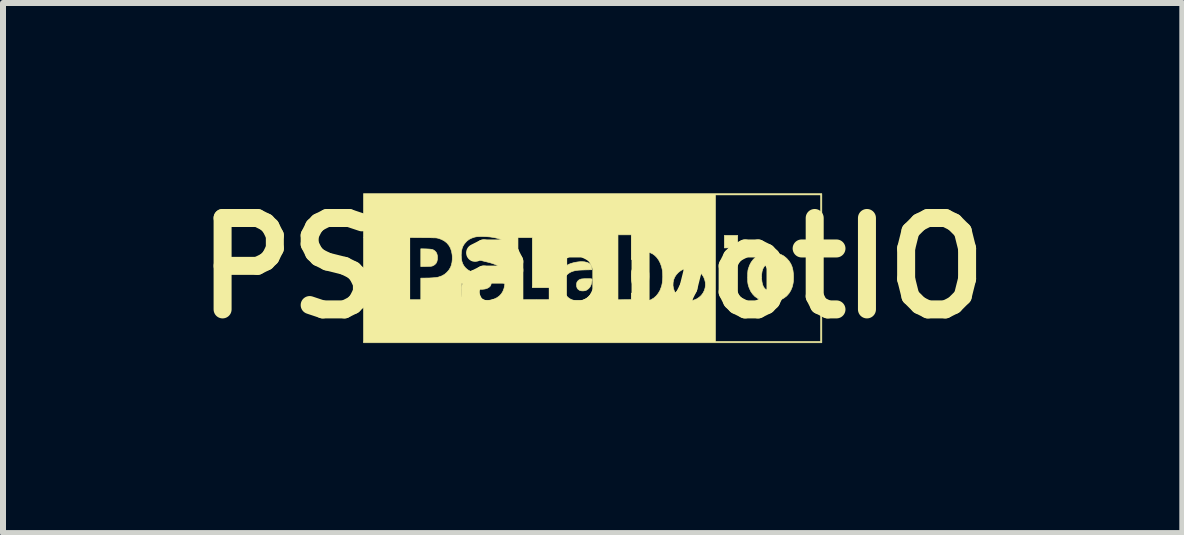
<source format=kicad_pcb>
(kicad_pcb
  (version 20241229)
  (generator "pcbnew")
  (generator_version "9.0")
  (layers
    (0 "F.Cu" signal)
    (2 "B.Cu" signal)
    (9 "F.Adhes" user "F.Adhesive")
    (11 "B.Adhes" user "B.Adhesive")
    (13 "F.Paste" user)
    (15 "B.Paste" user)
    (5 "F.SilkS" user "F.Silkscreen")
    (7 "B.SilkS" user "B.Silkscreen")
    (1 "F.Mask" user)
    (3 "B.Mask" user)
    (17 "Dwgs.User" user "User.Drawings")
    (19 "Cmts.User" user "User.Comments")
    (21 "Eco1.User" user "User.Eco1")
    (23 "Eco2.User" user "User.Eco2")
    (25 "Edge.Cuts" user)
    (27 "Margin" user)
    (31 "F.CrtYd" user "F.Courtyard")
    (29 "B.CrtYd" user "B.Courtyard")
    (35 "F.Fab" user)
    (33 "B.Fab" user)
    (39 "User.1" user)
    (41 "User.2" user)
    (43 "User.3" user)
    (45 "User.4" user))
  (footprint "PSLabDotIO"
    (layer "F.Cu")
    (at 6.829 1.418)
    (property "Reference" "PSLabDotIO" (at 0 0 0) (layer "F.SilkS") (effects (font (size 1.524 1.524) (thickness 0.3))))
    (attr through_hole)
    (fp_poly (pts (xy 2.416 -0.338) (xy 2.195 -0.335) (xy 2.195 -0.544) (xy 2.418 -0.544) (xy 2.416 -0.338)) (stroke (width 0.01) (type solid)) (fill yes) (layer "F.SilkS"))
    (fp_poly (pts (xy 2.417 0.151) (xy 2.416 0.541) (xy 2.195 0.544) (xy 2.195 -0.239) (xy 2.418 -0.239) (xy 2.417 0.151)) (stroke (width 0.01) (type solid)) (fill yes) (layer "F.SilkS"))
    (fp_poly (pts (xy -2.777 -0.319) (xy -2.739 -0.317) (xy -2.71 -0.315) (xy -2.687 -0.312) (xy -2.669 -0.308) (xy -2.655 -0.302) (xy -2.642 -0.294) (xy -2.631 -0.286) (xy -2.61 -0.264) (xy -2.597 -0.239) (xy -2.589 -0.208) (xy -2.587 -0.187) (xy -2.588 -0.144) (xy -2.596 -0.108) (xy -2.611 -0.078) (xy -2.634 -0.055) (xy -2.656 -0.042) (xy -2.666 -0.037) (xy -2.676 -0.033) (xy -2.687 -0.031) (xy -2.7 -0.029) (xy -2.718 -0.028) (xy -2.743 -0.027) (xy -2.775 -0.026) (xy -2.865 -0.024) (xy -2.865 -0.321) (xy -2.777 -0.319)) (stroke (width 0.01) (type solid)) (fill yes) (layer "F.SilkS"))
    (fp_poly (pts (xy -0.038 0.178) (xy -0.023 0.179) (xy -0.014 0.183) (xy -0.011 0.19) (xy -0.01 0.202) (xy -0.013 0.218) (xy -0.015 0.236) (xy -0.026 0.278) (xy -0.043 0.314) (xy -0.068 0.344) (xy -0.099 0.366) (xy -0.109 0.371) (xy -0.131 0.378) (xy -0.158 0.381) (xy -0.186 0.38) (xy -0.21 0.375) (xy -0.219 0.371) (xy -0.243 0.354) (xy -0.259 0.333) (xy -0.267 0.307) (xy -0.269 0.273) (xy -0.268 0.266) (xy -0.263 0.239) (xy -0.25 0.218) (xy -0.23 0.2) (xy -0.229 0.199) (xy -0.216 0.192) (xy -0.202 0.186) (xy -0.186 0.182) (xy -0.165 0.18) (xy -0.138 0.178) (xy -0.103 0.178) (xy -0.093 0.178) (xy -0.061 0.178) (xy -0.038 0.178)) (stroke (width 0.01) (type solid)) (fill yes) (layer "F.SilkS"))
    (fp_poly (pts (xy 0.817 -0.088) (xy 0.835 -0.084) (xy 0.85 -0.078) (xy 0.851 -0.078) (xy 0.88 -0.058) (xy 0.903 -0.031) (xy 0.92 0.003) (xy 0.932 0.044) (xy 0.938 0.093) (xy 0.939 0.15) (xy 0.938 0.159) (xy 0.935 0.204) (xy 0.93 0.241) (xy 0.921 0.272) (xy 0.908 0.298) (xy 0.895 0.317) (xy 0.875 0.339) (xy 0.853 0.354) (xy 0.826 0.362) (xy 0.798 0.365) (xy 0.776 0.365) (xy 0.761 0.364) (xy 0.747 0.359) (xy 0.732 0.352) (xy 0.704 0.333) (xy 0.682 0.307) (xy 0.664 0.273) (xy 0.66 0.263) (xy 0.654 0.239) (xy 0.65 0.208) (xy 0.647 0.173) (xy 0.645 0.136) (xy 0.646 0.099) (xy 0.648 0.067) (xy 0.652 0.044) (xy 0.666 0.001) (xy 0.685 -0.034) (xy 0.709 -0.061) (xy 0.734 -0.078) (xy 0.749 -0.084) (xy 0.767 -0.088) (xy 0.791 -0.089) (xy 0.792 -0.089) (xy 0.817 -0.088)) (stroke (width 0.01) (type solid)) (fill yes) (layer "F.SilkS"))
    (fp_poly (pts (xy 3.001 -0.256) (xy 3.028 -0.254) (xy 3.049 -0.252) (xy 3.068 -0.249) (xy 3.084 -0.245) (xy 3.133 -0.228) (xy 3.176 -0.207) (xy 3.215 -0.178) (xy 3.239 -0.156) (xy 3.275 -0.114) (xy 3.303 -0.07) (xy 3.324 -0.021) (xy 3.338 0.034) (xy 3.346 0.095) (xy 3.348 0.147) (xy 3.347 0.191) (xy 3.345 0.227) (xy 3.34 0.259) (xy 3.333 0.29) (xy 3.325 0.319) (xy 3.302 0.374) (xy 3.272 0.422) (xy 3.234 0.465) (xy 3.188 0.5) (xy 3.136 0.529) (xy 3.096 0.544) (xy 3.081 0.548) (xy 3.065 0.552) (xy 3.046 0.554) (xy 3.023 0.555) (xy 2.993 0.556) (xy 2.977 0.557) (xy 2.932 0.557) (xy 2.898 0.556) (xy 2.872 0.553) (xy 2.865 0.552) (xy 2.805 0.533) (xy 2.752 0.507) (xy 2.705 0.474) (xy 2.666 0.433) (xy 2.633 0.385) (xy 2.608 0.329) (xy 2.595 0.289) (xy 2.591 0.273) (xy 2.588 0.257) (xy 2.586 0.241) (xy 2.584 0.222) (xy 2.584 0.197) (xy 2.583 0.166) (xy 2.583 0.159) (xy 2.815 0.159) (xy 2.816 0.175) (xy 2.822 0.229) (xy 2.832 0.275) (xy 2.847 0.312) (xy 2.868 0.341) (xy 2.894 0.362) (xy 2.925 0.376) (xy 2.929 0.377) (xy 2.951 0.379) (xy 2.977 0.379) (xy 3.003 0.374) (xy 3.024 0.367) (xy 3.026 0.367) (xy 3.055 0.346) (xy 3.078 0.318) (xy 3.095 0.281) (xy 3.107 0.235) (xy 3.113 0.182) (xy 3.114 0.148) (xy 3.111 0.095) (xy 3.103 0.048) (xy 3.089 0.007) (xy 3.071 -0.026) (xy 3.047 -0.051) (xy 3.026 -0.064) (xy 2.998 -0.073) (xy 2.967 -0.076) (xy 2.936 -0.075) (xy 2.91 -0.067) (xy 2.908 -0.067) (xy 2.88 -0.048) (xy 2.856 -0.021) (xy 2.837 0.014) (xy 2.824 0.056) (xy 2.817 0.105) (xy 2.815 0.159) (xy 2.583 0.159) (xy 2.583 0.15) (xy 2.584 0.114) (xy 2.584 0.086) (xy 2.586 0.065) (xy 2.587 0.047) (xy 2.59 0.031) (xy 2.594 0.015) (xy 2.595 0.013) (xy 2.615 -0.045) (xy 2.642 -0.097) (xy 2.676 -0.142) (xy 2.716 -0.181) (xy 2.761 -0.21) (xy 2.774 -0.217) (xy 2.806 -0.232) (xy 2.835 -0.242) (xy 2.863 -0.249) (xy 2.894 -0.254) (xy 2.929 -0.256) (xy 2.967 -0.256) (xy 3.001 -0.256)) (stroke (width 0.01) (type solid)) (fill yes) (layer "F.SilkS"))
    (fp_poly (pts (xy 3.82 1.245) (xy -3.82 1.245) (xy -3.82 0.528) (xy -3.104 0.528) (xy -2.865 0.528) (xy -2.865 0.168) (xy -2.785 0.167) (xy -2.723 0.166) (xy -2.668 0.163) (xy -2.62 0.159) (xy -2.582 0.153) (xy -2.57 0.15) (xy -2.517 0.132) (xy -2.47 0.106) (xy -2.43 0.072) (xy -2.396 0.033) (xy -2.369 -0.012) (xy -2.355 -0.051) (xy -2.345 -0.094) (xy -2.34 -0.142) (xy -2.34 -0.191) (xy -2.341 -0.216) (xy -2.191 -0.216) (xy -2.188 -0.16) (xy -2.18 -0.112) (xy -2.165 -0.069) (xy -2.143 -0.032) (xy -2.123 -0.007) (xy -2.103 0.012) (xy -2.082 0.029) (xy -2.057 0.044) (xy -2.029 0.058) (xy -1.995 0.071) (xy -1.955 0.084) (xy -1.906 0.098) (xy -1.873 0.107) (xy -1.828 0.119) (xy -1.792 0.13) (xy -1.764 0.14) (xy -1.742 0.149) (xy -1.726 0.159) (xy -1.714 0.169) (xy -1.709 0.175) (xy -1.698 0.197) (xy -1.692 0.224) (xy -1.691 0.253) (xy -1.696 0.279) (xy -1.706 0.3) (xy -1.728 0.321) (xy -1.758 0.338) (xy -1.794 0.349) (xy -1.836 0.354) (xy -1.875 0.354) (xy -1.93 0.348) (xy -1.982 0.336) (xy -2.036 0.319) (xy -2.092 0.296) (xy -2.122 0.282) (xy -2.185 0.251) (xy -2.182 0.475) (xy -2.119 0.496) (xy -2.07 0.511) (xy -2.015 0.524) (xy -1.958 0.536) (xy -1.93 0.54) (xy -1.921 0.541) (xy -1.904 0.542) (xy -1.88 0.542) (xy -1.853 0.543) (xy -1.834 0.543) (xy -1.796 0.543) (xy -1.766 0.542) (xy -1.74 0.54) (xy -1.716 0.536) (xy -1.702 0.533) (xy -1.646 0.518) (xy -1.597 0.495) (xy -1.556 0.466) (xy -1.522 0.43) (xy -1.496 0.387) (xy -1.477 0.337) (xy -1.466 0.28) (xy -1.462 0.218) (xy -1.464 0.164) (xy -1.47 0.117) (xy -1.482 0.076) (xy -1.5 0.041) (xy -1.524 0.01) (xy -1.534 -0.000058) (xy -1.555 -0.019) (xy -1.577 -0.035) (xy -1.603 -0.05) (xy -1.634 -0.063) (xy -1.67 -0.076) (xy -1.712 -0.089) (xy -1.764 -0.102) (xy -1.794 -0.109) (xy -1.837 -0.12) (xy -1.872 -0.129) (xy -1.899 -0.137) (xy -1.92 -0.145) (xy -1.936 -0.154) (xy -1.948 -0.163) (xy -1.956 -0.171) (xy -1.968 -0.187) (xy -1.974 -0.204) (xy -1.976 -0.224) (xy -1.975 -0.241) (xy -1.969 -0.269) (xy -1.954 -0.293) (xy -1.93 -0.312) (xy -1.916 -0.319) (xy -1.904 -0.324) (xy -1.894 -0.328) (xy -1.883 -0.33) (xy -1.869 -0.332) (xy -1.849 -0.332) (xy -1.823 -0.333) (xy -1.806 -0.333) (xy -1.774 -0.332) (xy -1.749 -0.332) (xy -1.729 -0.33) (xy -1.711 -0.327) (xy -1.693 -0.324) (xy -1.674 -0.318) (xy -1.646 -0.31) (xy -1.616 -0.3) (xy -1.588 -0.29) (xy -1.58 -0.286) (xy -1.56 -0.278) (xy -1.543 -0.271) (xy -1.531 -0.267) (xy -1.528 -0.266) (xy -1.525 -0.265) (xy -1.523 -0.267) (xy -1.521 -0.273) (xy -1.52 -0.283) (xy -1.519 -0.3) (xy -1.519 -0.323) (xy -1.519 -0.355) (xy -1.519 -0.37) (xy -1.519 -0.477) (xy -1.546 -0.484) (xy -1.606 -0.5) (xy -1.645 -0.508) (xy -1.245 -0.508) (xy -1.245 0.528) (xy -0.587 0.526) (xy -0.584 0.325) (xy -1.006 0.325) (xy -1.006 0.313) (xy -0.493 0.313) (xy -0.489 0.351) (xy -0.485 0.367) (xy -0.468 0.414) (xy -0.443 0.455) (xy -0.412 0.489) (xy -0.373 0.516) (xy -0.331 0.534) (xy -0.306 0.539) (xy -0.274 0.543) (xy -0.24 0.543) (xy -0.206 0.542) (xy -0.177 0.537) (xy -0.171 0.536) (xy -0.151 0.53) (xy -0.131 0.522) (xy -0.122 0.518) (xy -0.105 0.508) (xy -0.085 0.491) (xy -0.064 0.473) (xy -0.046 0.454) (xy -0.032 0.437) (xy -0.03 0.434) (xy -0.022 0.423) (xy -0.016 0.417) (xy -0.015 0.417) (xy -0.013 0.421) (xy -0.011 0.434) (xy -0.01 0.453) (xy -0.01 0.472) (xy -0.01 0.528) (xy 0.208 0.528) (xy 0.208 0.268) (xy 0.208 0.209) (xy 0.208 0.159) (xy 0.208 0.117) (xy 0.207 0.083) (xy 0.207 0.054) (xy 0.206 0.031) (xy 0.205 0.013) (xy 0.204 -0.003) (xy 0.203 -0.016) (xy 0.201 -0.027) (xy 0.199 -0.039) (xy 0.199 -0.039) (xy 0.184 -0.092) (xy 0.163 -0.138) (xy 0.136 -0.175) (xy 0.102 -0.206) (xy 0.064 -0.228) (xy 0.035 -0.241) (xy 0.008 -0.251) (xy -0.02 -0.258) (xy -0.05 -0.262) (xy -0.086 -0.265) (xy -0.128 -0.266) (xy -0.155 -0.266) (xy -0.237 -0.264) (xy -0.312 -0.256) (xy -0.382 -0.243) (xy -0.404 -0.237) (xy -0.429 -0.23) (xy -0.431 -0.138) (xy -0.431 -0.109) (xy -0.431 -0.083) (xy -0.431 -0.063) (xy -0.43 -0.05) (xy -0.429 -0.046) (xy -0.423 -0.048) (xy -0.415 -0.053) (xy -0.392 -0.065) (xy -0.361 -0.077) (xy -0.325 -0.087) (xy -0.286 -0.096) (xy -0.247 -0.102) (xy -0.209 -0.106) (xy -0.188 -0.107) (xy -0.138 -0.104) (xy -0.097 -0.095) (xy -0.063 -0.081) (xy -0.039 -0.062) (xy -0.022 -0.037) (xy -0.015 -0.006) (xy -0.014 0) (xy -0.013 0.028) (xy -0.132 0.031) (xy -0.184 0.033) (xy -0.227 0.035) (xy -0.264 0.039) (xy -0.295 0.044) (xy -0.322 0.051) (xy -0.348 0.06) (xy -0.373 0.071) (xy -0.374 0.072) (xy -0.403 0.09) (xy -0.431 0.114) (xy -0.454 0.141) (xy -0.467 0.162) (xy -0.479 0.193) (xy -0.487 0.23) (xy -0.492 0.271) (xy -0.493 0.313) (xy -1.006 0.313) (xy -1.006 -0.508) (xy -1.245 -0.508) (xy -1.645 -0.508) (xy -1.661 -0.511) (xy -1.714 -0.519) (xy -1.767 -0.523) (xy -1.826 -0.525) (xy -1.836 -0.525) (xy -1.872 -0.525) (xy -1.9 -0.524) (xy -1.922 -0.523) (xy -1.94 -0.521) (xy -1.955 -0.518) (xy -1.971 -0.515) (xy -1.972 -0.514) (xy -2.019 -0.498) (xy -2.059 -0.478) (xy -2.094 -0.451) (xy -2.108 -0.437) (xy -2.139 -0.402) (xy -2.162 -0.364) (xy -2.178 -0.321) (xy -2.187 -0.274) (xy -2.191 -0.219) (xy -2.191 -0.216) (xy -2.341 -0.216) (xy -2.342 -0.222) (xy -2.353 -0.281) (xy -2.371 -0.334) (xy -2.397 -0.379) (xy -2.431 -0.419) (xy -2.473 -0.452) (xy -2.522 -0.478) (xy -2.565 -0.493) (xy -2.574 -0.496) (xy -2.583 -0.498) (xy -2.593 -0.5) (xy -2.604 -0.502) (xy -2.617 -0.503) (xy -2.635 -0.504) (xy -2.657 -0.504) (xy -2.684 -0.505) (xy -2.718 -0.506) (xy -2.76 -0.506) (xy -2.81 -0.506) (xy -2.854 -0.507) (xy -3.104 -0.509) (xy -3.104 0.528) (xy -3.82 0.528) (xy -3.82 -0.554) (xy 0.422 -0.554) (xy 0.422 0.529) (xy 0.643 0.526) (xy 0.644 0.471) (xy 0.646 0.416) (xy 0.663 0.438) (xy 0.685 0.463) (xy 0.711 0.488) (xy 0.738 0.508) (xy 0.756 0.518) (xy 0.78 0.529) (xy 0.803 0.537) (xy 0.828 0.541) (xy 0.858 0.542) (xy 0.884 0.542) (xy 0.911 0.541) (xy 0.93 0.54) (xy 0.945 0.537) (xy 0.959 0.533) (xy 0.973 0.527) (xy 1.019 0.5) (xy 1.059 0.465) (xy 1.094 0.421) (xy 1.123 0.371) (xy 1.145 0.313) (xy 1.152 0.29) (xy 1.152 0.289) (xy 1.339 0.289) (xy 1.346 0.336) (xy 1.361 0.382) (xy 1.385 0.425) (xy 1.418 0.465) (xy 1.429 0.476) (xy 1.457 0.498) (xy 1.49 0.517) (xy 1.523 0.532) (xy 1.542 0.538) (xy 1.569 0.542) (xy 1.602 0.543) (xy 1.635 0.542) (xy 1.667 0.538) (xy 1.687 0.534) (xy 1.735 0.514) (xy 1.776 0.487) (xy 1.811 0.455) (xy 1.839 0.417) (xy 1.86 0.376) (xy 1.874 0.331) (xy 1.88 0.285) (xy 1.878 0.239) (xy 1.867 0.193) (xy 1.849 0.148) (xy 1.822 0.107) (xy 1.801 0.083) (xy 1.761 0.05) (xy 1.718 0.026) (xy 1.67 0.011) (xy 1.617 0.005) (xy 1.607 0.005) (xy 1.557 0.009) (xy 1.513 0.02) (xy 1.473 0.04) (xy 1.471 0.041) (xy 1.429 0.073) (xy 1.395 0.11) (xy 1.368 0.151) (xy 1.35 0.196) (xy 1.341 0.242) (xy 1.339 0.289) (xy 1.152 0.289) (xy 1.16 0.249) (xy 1.165 0.201) (xy 1.168 0.15) (xy 1.167 0.1) (xy 1.164 0.053) (xy 1.162 0.037) (xy 1.148 -0.024) (xy 1.128 -0.08) (xy 1.103 -0.129) (xy 1.072 -0.173) (xy 1.037 -0.209) (xy 0.998 -0.237) (xy 0.955 -0.257) (xy 0.909 -0.267) (xy 0.878 -0.269) (xy 0.829 -0.265) (xy 0.783 -0.252) (xy 0.74 -0.23) (xy 0.699 -0.199) (xy 0.66 -0.158) (xy 0.656 -0.152) (xy 0.645 -0.14) (xy 0.645 -0.554) (xy 0.422 -0.554) (xy -3.82 -0.554) (xy -3.82 -1.219) (xy 2.047 -1.219) (xy 2.047 1.224) (xy 3.8 1.224) (xy 3.8 -1.219) (xy 2.047 -1.219) (xy -3.82 -1.219) (xy -3.82 -1.24) (xy 3.82 -1.24) (xy 3.82 1.245)) (stroke (width 0.01) (type solid)) (fill yes) (layer "F.SilkS")))
  (gr_rect
    (start -3 -3)
    (end 16.658 5.836)
    (stroke (width 0.1) (type default))
    (fill no)
    (layer "Edge.Cuts")))
</source>
